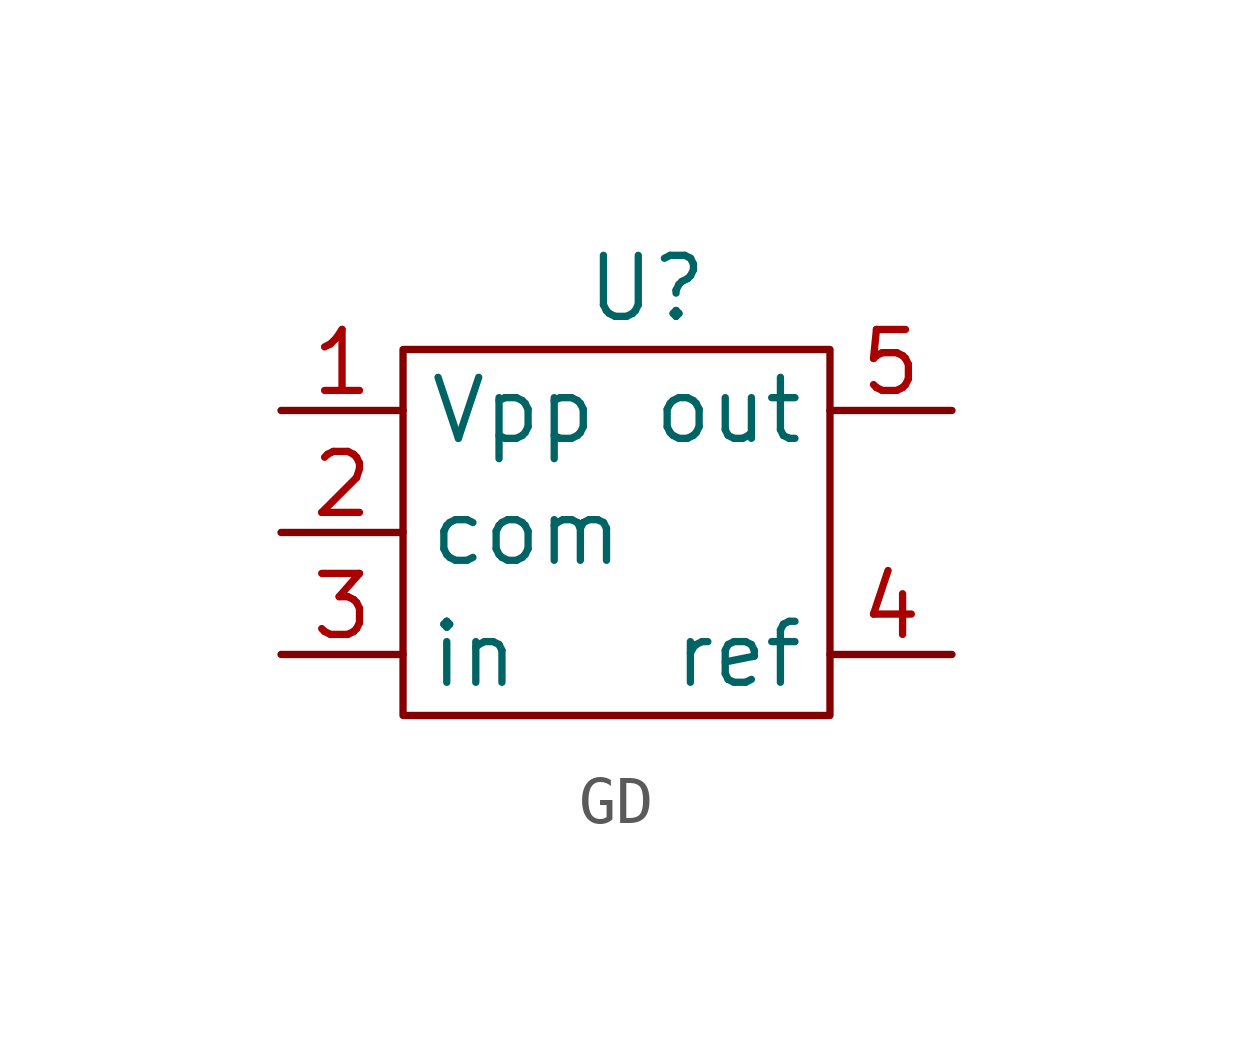
<source format=kicad_sym>
(kicad_symbol_lib
  (version 20241209)
  (generator "kicad_symbol_editor")
  (generator_version "9.0")
  (symbol "GD"
    (property "Reference" "U"
      (at 0 0 0)
      (effects (font (size 1.27 1.27))))
    (symbol "GD_0_1"
      (polyline (pts (xy -5.08 -1.27) (xy -5.08 -8.89) (xy 3.81 -8.89) (xy 3.81 -1.27) (xy -5.08 -1.27)) (stroke (width 0) (type default)) (fill (type none))))
    (symbol "GD_1_1"
      (pin input line (at -7.62 -2.54 0) (length 2.54) (name "Vpp" (effects (font (size 1.27 1.27)))) (number "1" (effects (font (size 1.27 1.27)))))
      (pin input line (at -7.62 -5.08 0) (length 2.54) (name "com" (effects (font (size 1.27 1.27)))) (number "2" (effects (font (size 1.27 1.27)))))
      (pin input line (at -7.62 -7.62 0) (length 2.54) (name "in" (effects (font (size 1.27 1.27)))) (number "3" (effects (font (size 1.27 1.27)))))
      (pin input line (at 6.35 -2.54 180) (length 2.54) (name "out" (effects (font (size 1.27 1.27)))) (number "5" (effects (font (size 1.27 1.27)))))
      (pin input line (at 6.35 -7.62 180) (length 2.54) (name "ref" (effects (font (size 1.27 1.27)))) (number "4" (effects (font (size 1.27 1.27))))))))
</source>
